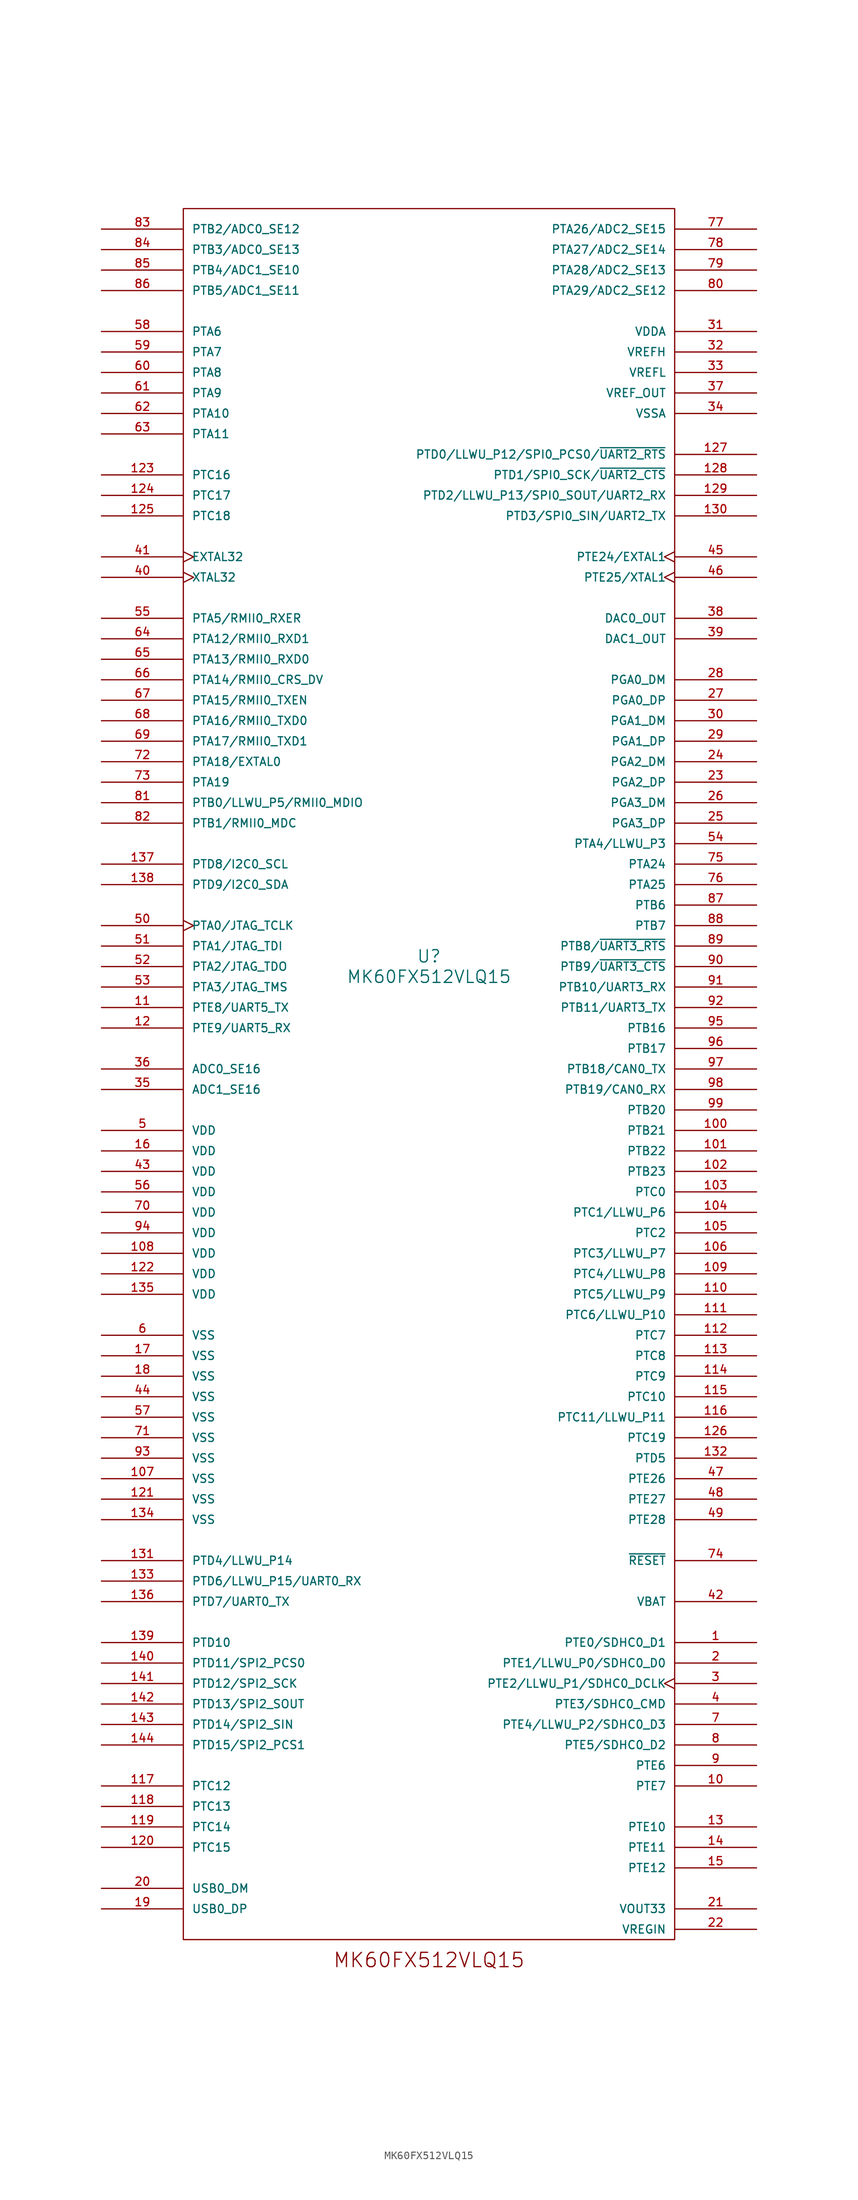
<source format=kicad_sym>
(kicad_symbol_lib
  (version 20231120)
  (generator "kicad_symbol_editor")
  (generator_version "8.0")
  (symbol "MK60FX512VLQ15"
    (pin_names
      (offset 1.016))
    (property "Reference" "U"
      (at 0 2.54 0)
      (effects (font (size 1.524 1.524))))
    (property "Value" "MK60FX512VLQ15"
      (at 0 0 0)
      (effects (font (size 1.524 1.524))))
    (property "Datasheet" ""
      (at 0 0 0)
      (effects (font (size 1.524 1.524))))
    (symbol "MK60FX512VLQ15_1_0"
      (rectangle (start -30.48 95.25) (end 30.48 -119.38) (stroke (width 0) (type solid)) (fill (type none)))
      (text "MK60FX512VLQ15" (at 0 -121.92 0) (effects (font (size 1.778 1.778)))))
    (symbol "MK60FX512VLQ15_1_1"
      (pin bidirectional line (at 40.64 -82.55 180) (length 10.16) (name "PTE0/SDHC0_D1" (effects (font (size 1.016 1.016)))) (number "1" (effects (font (size 1.016 1.016)))))
      (pin output line (at 40.64 -100.33 180) (length 10.16) (name "PTE7" (effects (font (size 1.016 1.016)))) (number "10" (effects (font (size 1.016 1.016)))))
      (pin bidirectional line (at 40.64 -19.05 180) (length 10.16) (name "PTB21" (effects (font (size 1.016 1.016)))) (number "100" (effects (font (size 1.016 1.016)))))
      (pin bidirectional line (at 40.64 -21.59 180) (length 10.16) (name "PTB22" (effects (font (size 1.016 1.016)))) (number "101" (effects (font (size 1.016 1.016)))))
      (pin bidirectional line (at 40.64 -24.13 180) (length 10.16) (name "PTB23" (effects (font (size 1.016 1.016)))) (number "102" (effects (font (size 1.016 1.016)))))
      (pin bidirectional line (at 40.64 -26.67 180) (length 10.16) (name "PTC0" (effects (font (size 1.016 1.016)))) (number "103" (effects (font (size 1.016 1.016)))))
      (pin bidirectional line (at 40.64 -29.21 180) (length 10.16) (name "PTC1/LLWU_P6" (effects (font (size 1.016 1.016)))) (number "104" (effects (font (size 1.016 1.016)))))
      (pin bidirectional line (at 40.64 -31.75 180) (length 10.16) (name "PTC2" (effects (font (size 1.016 1.016)))) (number "105" (effects (font (size 1.016 1.016)))))
      (pin bidirectional line (at 40.64 -34.29 180) (length 10.16) (name "PTC3/LLWU_P7" (effects (font (size 1.016 1.016)))) (number "106" (effects (font (size 1.016 1.016)))))
      (pin power_in line (at -40.64 -62.23 0) (length 10.16) (name "VSS" (effects (font (size 1.016 1.016)))) (number "107" (effects (font (size 1.016 1.016)))))
      (pin power_in line (at -40.64 -34.29 0) (length 10.16) (name "VDD" (effects (font (size 1.016 1.016)))) (number "108" (effects (font (size 1.016 1.016)))))
      (pin bidirectional line (at 40.64 -36.83 180) (length 10.16) (name "PTC4/LLWU_P8" (effects (font (size 1.016 1.016)))) (number "109" (effects (font (size 1.016 1.016)))))
      (pin output line (at -40.64 -3.81 0) (length 10.16) (name "PTE8/UART5_TX" (effects (font (size 1.016 1.016)))) (number "11" (effects (font (size 1.016 1.016)))))
      (pin bidirectional line (at 40.64 -39.37 180) (length 10.16) (name "PTC5/LLWU_P9" (effects (font (size 1.016 1.016)))) (number "110" (effects (font (size 1.016 1.016)))))
      (pin bidirectional line (at 40.64 -41.91 180) (length 10.16) (name "PTC6/LLWU_P10" (effects (font (size 1.016 1.016)))) (number "111" (effects (font (size 1.016 1.016)))))
      (pin bidirectional line (at 40.64 -44.45 180) (length 10.16) (name "PTC7" (effects (font (size 1.016 1.016)))) (number "112" (effects (font (size 1.016 1.016)))))
      (pin bidirectional line (at 40.64 -46.99 180) (length 10.16) (name "PTC8" (effects (font (size 1.016 1.016)))) (number "113" (effects (font (size 1.016 1.016)))))
      (pin bidirectional line (at 40.64 -49.53 180) (length 10.16) (name "PTC9" (effects (font (size 1.016 1.016)))) (number "114" (effects (font (size 1.016 1.016)))))
      (pin bidirectional line (at 40.64 -52.07 180) (length 10.16) (name "PTC10" (effects (font (size 1.016 1.016)))) (number "115" (effects (font (size 1.016 1.016)))))
      (pin bidirectional line (at 40.64 -54.61 180) (length 10.16) (name "PTC11/LLWU_P11" (effects (font (size 1.016 1.016)))) (number "116" (effects (font (size 1.016 1.016)))))
      (pin output line (at -40.64 -100.33 0) (length 10.16) (name "PTC12" (effects (font (size 1.016 1.016)))) (number "117" (effects (font (size 1.016 1.016)))))
      (pin input line (at -40.64 -102.87 0) (length 10.16) (name "PTC13" (effects (font (size 1.016 1.016)))) (number "118" (effects (font (size 1.016 1.016)))))
      (pin input line (at -40.64 -105.41 0) (length 10.16) (name "PTC14" (effects (font (size 1.016 1.016)))) (number "119" (effects (font (size 1.016 1.016)))))
      (pin input line (at -40.64 -6.35 0) (length 10.16) (name "PTE9/UART5_RX" (effects (font (size 1.016 1.016)))) (number "12" (effects (font (size 1.016 1.016)))))
      (pin output line (at -40.64 -107.95 0) (length 10.16) (name "PTC15" (effects (font (size 1.016 1.016)))) (number "120" (effects (font (size 1.016 1.016)))))
      (pin power_in line (at -40.64 -64.77 0) (length 10.16) (name "VSS" (effects (font (size 1.016 1.016)))) (number "121" (effects (font (size 1.016 1.016)))))
      (pin power_in line (at -40.64 -36.83 0) (length 10.16) (name "VDD" (effects (font (size 1.016 1.016)))) (number "122" (effects (font (size 1.016 1.016)))))
      (pin input line (at -40.64 62.23 0) (length 10.16) (name "PTC16" (effects (font (size 1.016 1.016)))) (number "123" (effects (font (size 1.016 1.016)))))
      (pin bidirectional line (at -40.64 59.69 0) (length 10.16) (name "PTC17" (effects (font (size 1.016 1.016)))) (number "124" (effects (font (size 1.016 1.016)))))
      (pin output line (at -40.64 57.15 0) (length 10.16) (name "PTC18" (effects (font (size 1.016 1.016)))) (number "125" (effects (font (size 1.016 1.016)))))
      (pin bidirectional line (at 40.64 -57.15 180) (length 10.16) (name "PTC19" (effects (font (size 1.016 1.016)))) (number "126" (effects (font (size 1.016 1.016)))))
      (pin output line (at 40.64 64.77 180) (length 10.16) (name "PTD0/LLWU_P12/SPI0_PCS0/~{UART2_RTS}" (effects (font (size 1.016 1.016)))) (number "127" (effects (font (size 1.016 1.016)))))
      (pin output line (at 40.64 62.23 180) (length 10.16) (name "PTD1/SPI0_SCK/~{UART2_CTS}" (effects (font (size 1.016 1.016)))) (number "128" (effects (font (size 1.016 1.016)))))
      (pin output line (at 40.64 59.69 180) (length 10.16) (name "PTD2/LLWU_P13/SPI0_SOUT/UART2_RX" (effects (font (size 1.016 1.016)))) (number "129" (effects (font (size 1.016 1.016)))))
      (pin output line (at 40.64 -105.41 180) (length 10.16) (name "PTE10" (effects (font (size 1.016 1.016)))) (number "13" (effects (font (size 1.016 1.016)))))
      (pin output line (at 40.64 57.15 180) (length 10.16) (name "PTD3/SPI0_SIN/UART2_TX" (effects (font (size 1.016 1.016)))) (number "130" (effects (font (size 1.016 1.016)))))
      (pin bidirectional line (at -40.64 -72.39 0) (length 10.16) (name "PTD4/LLWU_P14" (effects (font (size 1.016 1.016)))) (number "131" (effects (font (size 1.016 1.016)))))
      (pin bidirectional line (at 40.64 -59.69 180) (length 10.16) (name "PTD5" (effects (font (size 1.016 1.016)))) (number "132" (effects (font (size 1.016 1.016)))))
      (pin input line (at -40.64 -74.93 0) (length 10.16) (name "PTD6/LLWU_P15/UART0_RX" (effects (font (size 1.016 1.016)))) (number "133" (effects (font (size 1.016 1.016)))))
      (pin power_in line (at -40.64 -67.31 0) (length 10.16) (name "VSS" (effects (font (size 1.016 1.016)))) (number "134" (effects (font (size 1.016 1.016)))))
      (pin power_in line (at -40.64 -39.37 0) (length 10.16) (name "VDD" (effects (font (size 1.016 1.016)))) (number "135" (effects (font (size 1.016 1.016)))))
      (pin output line (at -40.64 -77.47 0) (length 10.16) (name "PTD7/UART0_TX" (effects (font (size 1.016 1.016)))) (number "136" (effects (font (size 1.016 1.016)))))
      (pin output line (at -40.64 13.97 0) (length 10.16) (name "PTD8/I2C0_SCL" (effects (font (size 1.016 1.016)))) (number "137" (effects (font (size 1.016 1.016)))))
      (pin bidirectional line (at -40.64 11.43 0) (length 10.16) (name "PTD9/I2C0_SDA" (effects (font (size 1.016 1.016)))) (number "138" (effects (font (size 1.016 1.016)))))
      (pin output line (at -40.64 -82.55 0) (length 10.16) (name "PTD10" (effects (font (size 1.016 1.016)))) (number "139" (effects (font (size 1.016 1.016)))))
      (pin input line (at 40.64 -107.95 180) (length 10.16) (name "PTE11" (effects (font (size 1.016 1.016)))) (number "14" (effects (font (size 1.016 1.016)))))
      (pin output line (at -40.64 -85.09 0) (length 10.16) (name "PTD11/SPI2_PCS0" (effects (font (size 1.016 1.016)))) (number "140" (effects (font (size 1.016 1.016)))))
      (pin output line (at -40.64 -87.63 0) (length 10.16) (name "PTD12/SPI2_SCK" (effects (font (size 1.016 1.016)))) (number "141" (effects (font (size 1.016 1.016)))))
      (pin output line (at -40.64 -90.17 0) (length 10.16) (name "PTD13/SPI2_SOUT" (effects (font (size 1.016 1.016)))) (number "142" (effects (font (size 1.016 1.016)))))
      (pin input line (at -40.64 -92.71 0) (length 10.16) (name "PTD14/SPI2_SIN" (effects (font (size 1.016 1.016)))) (number "143" (effects (font (size 1.016 1.016)))))
      (pin output line (at -40.64 -95.25 0) (length 10.16) (name "PTD15/SPI2_PCS1" (effects (font (size 1.016 1.016)))) (number "144" (effects (font (size 1.016 1.016)))))
      (pin input line (at 40.64 -110.49 180) (length 10.16) (name "PTE12" (effects (font (size 1.016 1.016)))) (number "15" (effects (font (size 1.016 1.016)))))
      (pin power_in line (at -40.64 -21.59 0) (length 10.16) (name "VDD" (effects (font (size 1.016 1.016)))) (number "16" (effects (font (size 1.016 1.016)))))
      (pin power_in line (at -40.64 -46.99 0) (length 10.16) (name "VSS" (effects (font (size 1.016 1.016)))) (number "17" (effects (font (size 1.016 1.016)))))
      (pin power_in line (at -40.64 -49.53 0) (length 10.16) (name "VSS" (effects (font (size 1.016 1.016)))) (number "18" (effects (font (size 1.016 1.016)))))
      (pin bidirectional line (at -40.64 -115.57 0) (length 10.16) (name "USB0_DP" (effects (font (size 1.016 1.016)))) (number "19" (effects (font (size 1.016 1.016)))))
      (pin bidirectional line (at 40.64 -85.09 180) (length 10.16) (name "PTE1/LLWU_P0/SDHC0_D0" (effects (font (size 1.016 1.016)))) (number "2" (effects (font (size 1.016 1.016)))))
      (pin bidirectional line (at -40.64 -113.03 0) (length 10.16) (name "USB0_DM" (effects (font (size 1.016 1.016)))) (number "20" (effects (font (size 1.016 1.016)))))
      (pin power_out line (at 40.64 -115.57 180) (length 10.16) (name "VOUT33" (effects (font (size 1.016 1.016)))) (number "21" (effects (font (size 1.016 1.016)))))
      (pin power_in line (at 40.64 -118.11 180) (length 10.16) (name "VREGIN" (effects (font (size 1.016 1.016)))) (number "22" (effects (font (size 1.016 1.016)))))
      (pin bidirectional line (at 40.64 24.13 180) (length 10.16) (name "PGA2_DP" (effects (font (size 1.016 1.016)))) (number "23" (effects (font (size 1.016 1.016)))))
      (pin bidirectional line (at 40.64 26.67 180) (length 10.16) (name "PGA2_DM" (effects (font (size 1.016 1.016)))) (number "24" (effects (font (size 1.016 1.016)))))
      (pin bidirectional line (at 40.64 19.05 180) (length 10.16) (name "PGA3_DP" (effects (font (size 1.016 1.016)))) (number "25" (effects (font (size 1.016 1.016)))))
      (pin bidirectional line (at 40.64 21.59 180) (length 10.16) (name "PGA3_DM" (effects (font (size 1.016 1.016)))) (number "26" (effects (font (size 1.016 1.016)))))
      (pin bidirectional line (at 40.64 34.29 180) (length 10.16) (name "PGA0_DP" (effects (font (size 1.016 1.016)))) (number "27" (effects (font (size 1.016 1.016)))))
      (pin bidirectional line (at 40.64 36.83 180) (length 10.16) (name "PGA0_DM" (effects (font (size 1.016 1.016)))) (number "28" (effects (font (size 1.016 1.016)))))
      (pin bidirectional line (at 40.64 29.21 180) (length 10.16) (name "PGA1_DP" (effects (font (size 1.016 1.016)))) (number "29" (effects (font (size 1.016 1.016)))))
      (pin output clock (at 40.64 -87.63 180) (length 10.16) (name "PTE2/LLWU_P1/SDHC0_DCLK" (effects (font (size 1.016 1.016)))) (number "3" (effects (font (size 1.016 1.016)))))
      (pin bidirectional line (at 40.64 31.75 180) (length 10.16) (name "PGA1_DM" (effects (font (size 1.016 1.016)))) (number "30" (effects (font (size 1.016 1.016)))))
      (pin power_in line (at 40.64 80.01 180) (length 10.16) (name "VDDA" (effects (font (size 1.016 1.016)))) (number "31" (effects (font (size 1.016 1.016)))))
      (pin power_in line (at 40.64 77.47 180) (length 10.16) (name "VREFH" (effects (font (size 1.016 1.016)))) (number "32" (effects (font (size 1.016 1.016)))))
      (pin power_in line (at 40.64 74.93 180) (length 10.16) (name "VREFL" (effects (font (size 1.016 1.016)))) (number "33" (effects (font (size 1.016 1.016)))))
      (pin power_in line (at 40.64 69.85 180) (length 10.16) (name "VSSA" (effects (font (size 1.016 1.016)))) (number "34" (effects (font (size 1.016 1.016)))))
      (pin input line (at -40.64 -13.97 0) (length 10.16) (name "ADC1_SE16" (effects (font (size 1.016 1.016)))) (number "35" (effects (font (size 1.016 1.016)))))
      (pin input line (at -40.64 -11.43 0) (length 10.16) (name "ADC0_SE16" (effects (font (size 1.016 1.016)))) (number "36" (effects (font (size 1.016 1.016)))))
      (pin power_out line (at 40.64 72.39 180) (length 10.16) (name "VREF_OUT" (effects (font (size 1.016 1.016)))) (number "37" (effects (font (size 1.016 1.016)))))
      (pin bidirectional line (at 40.64 44.45 180) (length 10.16) (name "DAC0_OUT" (effects (font (size 1.016 1.016)))) (number "38" (effects (font (size 1.016 1.016)))))
      (pin bidirectional line (at 40.64 41.91 180) (length 10.16) (name "DAC1_OUT" (effects (font (size 1.016 1.016)))) (number "39" (effects (font (size 1.016 1.016)))))
      (pin output line (at 40.64 -90.17 180) (length 10.16) (name "PTE3/SDHC0_CMD" (effects (font (size 1.016 1.016)))) (number "4" (effects (font (size 1.016 1.016)))))
      (pin output clock (at -40.64 49.53 0) (length 10.16) (name "XTAL32" (effects (font (size 1.016 1.016)))) (number "40" (effects (font (size 1.016 1.016)))))
      (pin input clock (at -40.64 52.07 0) (length 10.16) (name "EXTAL32" (effects (font (size 1.016 1.016)))) (number "41" (effects (font (size 1.016 1.016)))))
      (pin power_in line (at 40.64 -77.47 180) (length 10.16) (name "VBAT" (effects (font (size 1.016 1.016)))) (number "42" (effects (font (size 1.016 1.016)))))
      (pin power_in line (at -40.64 -24.13 0) (length 10.16) (name "VDD" (effects (font (size 1.016 1.016)))) (number "43" (effects (font (size 1.016 1.016)))))
      (pin power_in line (at -40.64 -52.07 0) (length 10.16) (name "VSS" (effects (font (size 1.016 1.016)))) (number "44" (effects (font (size 1.016 1.016)))))
      (pin input clock (at 40.64 52.07 180) (length 10.16) (name "PTE24/EXTAL1" (effects (font (size 1.016 1.016)))) (number "45" (effects (font (size 1.016 1.016)))))
      (pin output clock (at 40.64 49.53 180) (length 10.16) (name "PTE25/XTAL1" (effects (font (size 1.016 1.016)))) (number "46" (effects (font (size 1.016 1.016)))))
      (pin bidirectional line (at 40.64 -62.23 180) (length 10.16) (name "PTE26" (effects (font (size 1.016 1.016)))) (number "47" (effects (font (size 1.016 1.016)))))
      (pin bidirectional line (at 40.64 -64.77 180) (length 10.16) (name "PTE27" (effects (font (size 1.016 1.016)))) (number "48" (effects (font (size 1.016 1.016)))))
      (pin bidirectional line (at 40.64 -67.31 180) (length 10.16) (name "PTE28" (effects (font (size 1.016 1.016)))) (number "49" (effects (font (size 1.016 1.016)))))
      (pin power_in line (at -40.64 -19.05 0) (length 10.16) (name "VDD" (effects (font (size 1.016 1.016)))) (number "5" (effects (font (size 1.016 1.016)))))
      (pin input clock (at -40.64 6.35 0) (length 10.16) (name "PTA0/JTAG_TCLK" (effects (font (size 1.016 1.016)))) (number "50" (effects (font (size 1.016 1.016)))))
      (pin input line (at -40.64 3.81 0) (length 10.16) (name "PTA1/JTAG_TDI" (effects (font (size 1.016 1.016)))) (number "51" (effects (font (size 1.016 1.016)))))
      (pin output line (at -40.64 1.27 0) (length 10.16) (name "PTA2/JTAG_TDO" (effects (font (size 1.016 1.016)))) (number "52" (effects (font (size 1.016 1.016)))))
      (pin bidirectional line (at -40.64 -1.27 0) (length 10.16) (name "PTA3/JTAG_TMS" (effects (font (size 1.016 1.016)))) (number "53" (effects (font (size 1.016 1.016)))))
      (pin bidirectional line (at 40.64 16.51 180) (length 10.16) (name "PTA4/LLWU_P3" (effects (font (size 1.016 1.016)))) (number "54" (effects (font (size 1.016 1.016)))))
      (pin input line (at -40.64 44.45 0) (length 10.16) (name "PTA5/RMII0_RXER" (effects (font (size 1.016 1.016)))) (number "55" (effects (font (size 1.016 1.016)))))
      (pin power_in line (at -40.64 -26.67 0) (length 10.16) (name "VDD" (effects (font (size 1.016 1.016)))) (number "56" (effects (font (size 1.016 1.016)))))
      (pin power_in line (at -40.64 -54.61 0) (length 10.16) (name "VSS" (effects (font (size 1.016 1.016)))) (number "57" (effects (font (size 1.016 1.016)))))
      (pin bidirectional line (at -40.64 80.01 0) (length 10.16) (name "PTA6" (effects (font (size 1.016 1.016)))) (number "58" (effects (font (size 1.016 1.016)))))
      (pin bidirectional line (at -40.64 77.47 0) (length 10.16) (name "PTA7" (effects (font (size 1.016 1.016)))) (number "59" (effects (font (size 1.016 1.016)))))
      (pin power_in line (at -40.64 -44.45 0) (length 10.16) (name "VSS" (effects (font (size 1.016 1.016)))) (number "6" (effects (font (size 1.016 1.016)))))
      (pin bidirectional line (at -40.64 74.93 0) (length 10.16) (name "PTA8" (effects (font (size 1.016 1.016)))) (number "60" (effects (font (size 1.016 1.016)))))
      (pin bidirectional line (at -40.64 72.39 0) (length 10.16) (name "PTA9" (effects (font (size 1.016 1.016)))) (number "61" (effects (font (size 1.016 1.016)))))
      (pin bidirectional line (at -40.64 69.85 0) (length 10.16) (name "PTA10" (effects (font (size 1.016 1.016)))) (number "62" (effects (font (size 1.016 1.016)))))
      (pin bidirectional line (at -40.64 67.31 0) (length 10.16) (name "PTA11" (effects (font (size 1.016 1.016)))) (number "63" (effects (font (size 1.016 1.016)))))
      (pin input line (at -40.64 41.91 0) (length 10.16) (name "PTA12/RMII0_RXD1" (effects (font (size 1.016 1.016)))) (number "64" (effects (font (size 1.016 1.016)))))
      (pin input line (at -40.64 39.37 0) (length 10.16) (name "PTA13/RMII0_RXD0" (effects (font (size 1.016 1.016)))) (number "65" (effects (font (size 1.016 1.016)))))
      (pin input line (at -40.64 36.83 0) (length 10.16) (name "PTA14/RMII0_CRS_DV" (effects (font (size 1.016 1.016)))) (number "66" (effects (font (size 1.016 1.016)))))
      (pin output line (at -40.64 34.29 0) (length 10.16) (name "PTA15/RMII0_TXEN" (effects (font (size 1.016 1.016)))) (number "67" (effects (font (size 1.016 1.016)))))
      (pin output line (at -40.64 31.75 0) (length 10.16) (name "PTA16/RMII0_TXD0" (effects (font (size 1.016 1.016)))) (number "68" (effects (font (size 1.016 1.016)))))
      (pin output line (at -40.64 29.21 0) (length 10.16) (name "PTA17/RMII0_TXD1" (effects (font (size 1.016 1.016)))) (number "69" (effects (font (size 1.016 1.016)))))
      (pin bidirectional line (at 40.64 -92.71 180) (length 10.16) (name "PTE4/LLWU_P2/SDHC0_D3" (effects (font (size 1.016 1.016)))) (number "7" (effects (font (size 1.016 1.016)))))
      (pin power_in line (at -40.64 -29.21 0) (length 10.16) (name "VDD" (effects (font (size 1.016 1.016)))) (number "70" (effects (font (size 1.016 1.016)))))
      (pin power_in line (at -40.64 -57.15 0) (length 10.16) (name "VSS" (effects (font (size 1.016 1.016)))) (number "71" (effects (font (size 1.016 1.016)))))
      (pin input line (at -40.64 26.67 0) (length 10.16) (name "PTA18/EXTAL0" (effects (font (size 1.016 1.016)))) (number "72" (effects (font (size 1.016 1.016)))))
      (pin bidirectional line (at -40.64 24.13 0) (length 10.16) (name "PTA19" (effects (font (size 1.016 1.016)))) (number "73" (effects (font (size 1.016 1.016)))))
      (pin input line (at 40.64 -72.39 180) (length 10.16) (name "~{RESET}" (effects (font (size 1.016 1.016)))) (number "74" (effects (font (size 1.016 1.016)))))
      (pin bidirectional line (at 40.64 13.97 180) (length 10.16) (name "PTA24" (effects (font (size 1.016 1.016)))) (number "75" (effects (font (size 1.016 1.016)))))
      (pin bidirectional line (at 40.64 11.43 180) (length 10.16) (name "PTA25" (effects (font (size 1.016 1.016)))) (number "76" (effects (font (size 1.016 1.016)))))
      (pin input line (at 40.64 92.71 180) (length 10.16) (name "PTA26/ADC2_SE15" (effects (font (size 1.016 1.016)))) (number "77" (effects (font (size 1.016 1.016)))))
      (pin input line (at 40.64 90.17 180) (length 10.16) (name "PTA27/ADC2_SE14" (effects (font (size 1.016 1.016)))) (number "78" (effects (font (size 1.016 1.016)))))
      (pin input line (at 40.64 87.63 180) (length 10.16) (name "PTA28/ADC2_SE13" (effects (font (size 1.016 1.016)))) (number "79" (effects (font (size 1.016 1.016)))))
      (pin bidirectional line (at 40.64 -95.25 180) (length 10.16) (name "PTE5/SDHC0_D2" (effects (font (size 1.016 1.016)))) (number "8" (effects (font (size 1.016 1.016)))))
      (pin input line (at 40.64 85.09 180) (length 10.16) (name "PTA29/ADC2_SE12" (effects (font (size 1.016 1.016)))) (number "80" (effects (font (size 1.016 1.016)))))
      (pin bidirectional line (at -40.64 21.59 0) (length 10.16) (name "PTB0/LLWU_P5/RMII0_MDIO" (effects (font (size 1.016 1.016)))) (number "81" (effects (font (size 1.016 1.016)))))
      (pin output line (at -40.64 19.05 0) (length 10.16) (name "PTB1/RMII0_MDC" (effects (font (size 1.016 1.016)))) (number "82" (effects (font (size 1.016 1.016)))))
      (pin input line (at -40.64 92.71 0) (length 10.16) (name "PTB2/ADC0_SE12" (effects (font (size 1.016 1.016)))) (number "83" (effects (font (size 1.016 1.016)))))
      (pin input line (at -40.64 90.17 0) (length 10.16) (name "PTB3/ADC0_SE13" (effects (font (size 1.016 1.016)))) (number "84" (effects (font (size 1.016 1.016)))))
      (pin input line (at -40.64 87.63 0) (length 10.16) (name "PTB4/ADC1_SE10" (effects (font (size 1.016 1.016)))) (number "85" (effects (font (size 1.016 1.016)))))
      (pin input line (at -40.64 85.09 0) (length 10.16) (name "PTB5/ADC1_SE11" (effects (font (size 1.016 1.016)))) (number "86" (effects (font (size 1.016 1.016)))))
      (pin bidirectional line (at 40.64 8.89 180) (length 10.16) (name "PTB6" (effects (font (size 1.016 1.016)))) (number "87" (effects (font (size 1.016 1.016)))))
      (pin bidirectional line (at 40.64 6.35 180) (length 10.16) (name "PTB7" (effects (font (size 1.016 1.016)))) (number "88" (effects (font (size 1.016 1.016)))))
      (pin bidirectional line (at 40.64 3.81 180) (length 10.16) (name "PTB8/~{UART3_RTS}" (effects (font (size 1.016 1.016)))) (number "89" (effects (font (size 1.016 1.016)))))
      (pin input line (at 40.64 -97.79 180) (length 10.16) (name "PTE6" (effects (font (size 1.016 1.016)))) (number "9" (effects (font (size 1.016 1.016)))))
      (pin bidirectional line (at 40.64 1.27 180) (length 10.16) (name "PTB9/~{UART3_CTS}" (effects (font (size 1.016 1.016)))) (number "90" (effects (font (size 1.016 1.016)))))
      (pin bidirectional line (at 40.64 -1.27 180) (length 10.16) (name "PTB10/UART3_RX" (effects (font (size 1.016 1.016)))) (number "91" (effects (font (size 1.016 1.016)))))
      (pin bidirectional line (at 40.64 -3.81 180) (length 10.16) (name "PTB11/UART3_TX" (effects (font (size 1.016 1.016)))) (number "92" (effects (font (size 1.016 1.016)))))
      (pin power_in line (at -40.64 -59.69 0) (length 10.16) (name "VSS" (effects (font (size 1.016 1.016)))) (number "93" (effects (font (size 1.016 1.016)))))
      (pin power_in line (at -40.64 -31.75 0) (length 10.16) (name "VDD" (effects (font (size 1.016 1.016)))) (number "94" (effects (font (size 1.016 1.016)))))
      (pin bidirectional line (at 40.64 -6.35 180) (length 10.16) (name "PTB16" (effects (font (size 1.016 1.016)))) (number "95" (effects (font (size 1.016 1.016)))))
      (pin bidirectional line (at 40.64 -8.89 180) (length 10.16) (name "PTB17" (effects (font (size 1.016 1.016)))) (number "96" (effects (font (size 1.016 1.016)))))
      (pin bidirectional line (at 40.64 -11.43 180) (length 10.16) (name "PTB18/CAN0_TX" (effects (font (size 1.016 1.016)))) (number "97" (effects (font (size 1.016 1.016)))))
      (pin bidirectional line (at 40.64 -13.97 180) (length 10.16) (name "PTB19/CAN0_RX" (effects (font (size 1.016 1.016)))) (number "98" (effects (font (size 1.016 1.016)))))
      (pin bidirectional line (at 40.64 -16.51 180) (length 10.16) (name "PTB20" (effects (font (size 1.016 1.016)))) (number "99" (effects (font (size 1.016 1.016))))))))
</source>
